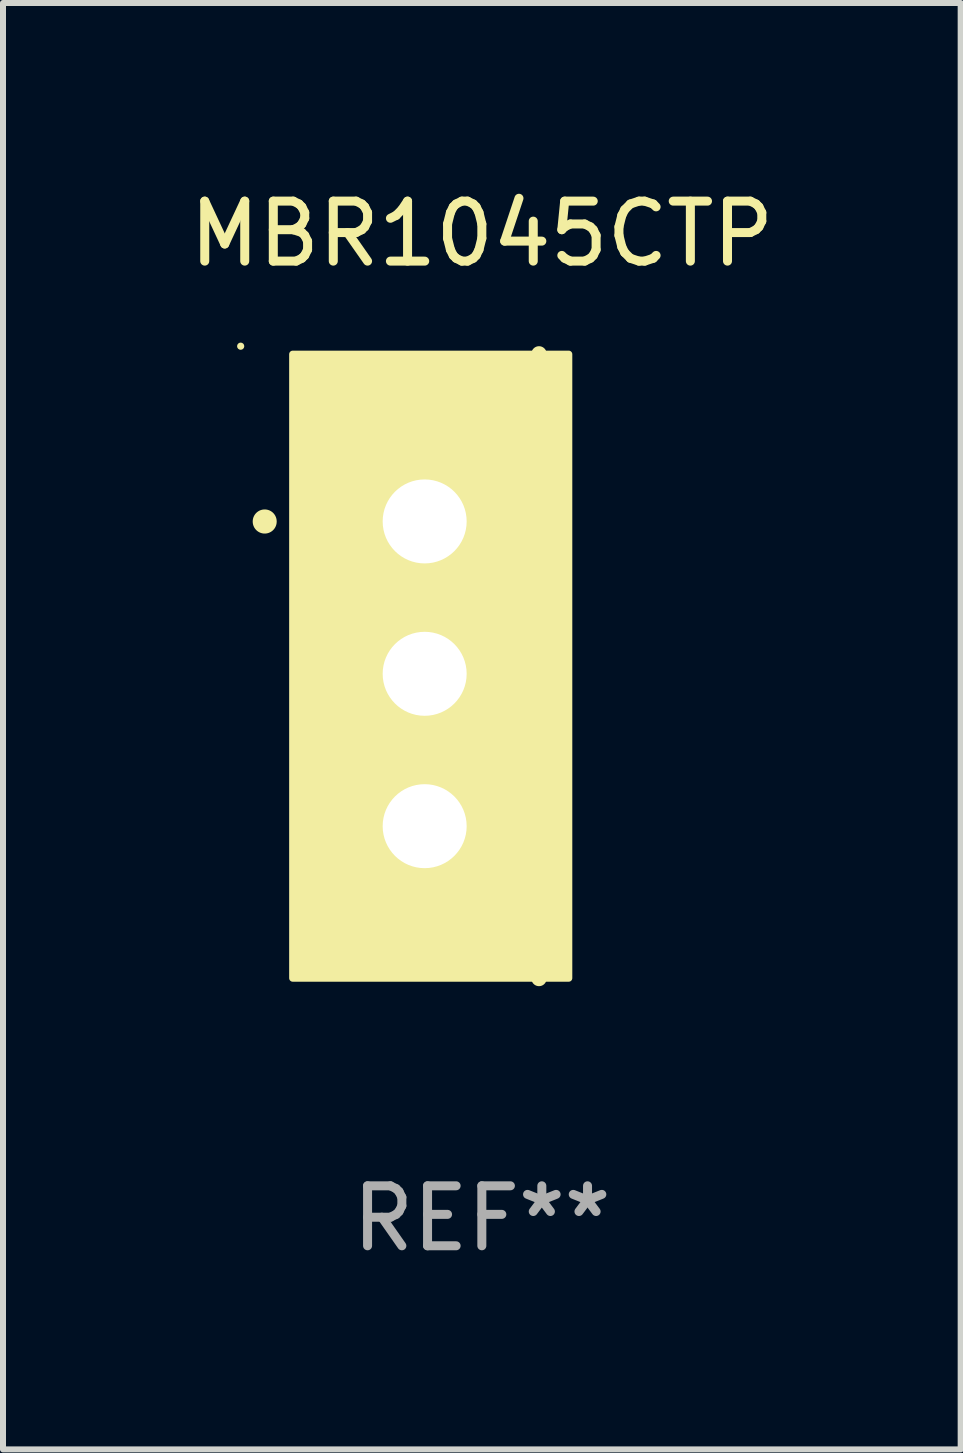
<source format=kicad_pcb>
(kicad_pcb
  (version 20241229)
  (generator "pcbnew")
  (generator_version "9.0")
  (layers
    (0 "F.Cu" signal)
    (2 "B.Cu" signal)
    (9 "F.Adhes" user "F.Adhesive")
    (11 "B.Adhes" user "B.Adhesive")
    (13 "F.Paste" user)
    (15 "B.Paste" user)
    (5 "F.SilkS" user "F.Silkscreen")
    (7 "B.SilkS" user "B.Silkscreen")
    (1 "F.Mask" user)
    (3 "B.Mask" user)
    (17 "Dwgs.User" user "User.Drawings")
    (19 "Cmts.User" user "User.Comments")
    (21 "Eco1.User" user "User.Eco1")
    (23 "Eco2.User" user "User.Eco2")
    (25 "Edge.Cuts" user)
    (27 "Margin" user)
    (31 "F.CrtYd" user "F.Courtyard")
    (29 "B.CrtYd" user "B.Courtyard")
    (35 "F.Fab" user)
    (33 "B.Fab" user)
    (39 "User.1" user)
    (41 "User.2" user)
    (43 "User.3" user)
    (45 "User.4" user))
  (footprint "MBR1045CTP"
    (layer "F.Cu")
    (at 4.982 8.055)
    (property "Reference" "MBR1045CTP" (at 0 -7.207 0) (layer "F.SilkS") (effects (font (size 1 1) (thickness 0.15))))
    (attr through_hole)
    (fp_line (start 0.953 5.207) (end 0.953 -5.207) (stroke (width 0.254) (type solid)) (layer "F.SilkS"))
    (fp_arc (start -3.619507 -2.410465) (mid -3.619511 -2.411735) (end -3.619507 -2.413005) (stroke (width 0.4) (type solid)) (layer "F.SilkS"))
    (fp_circle (center -4.02 -5.334) (end -3.99 -5.334) (stroke (width 0.06) (type solid)) (fill no) (layer "F.SilkS"))
    (fp_poly (pts (xy -3.152 -5.2) (xy 1.448 -5.2) (xy 1.448 5.2) (xy -3.152 5.2)) (stroke (width 0.12) (type solid)) (fill yes) (layer "F.SilkS"))
    (fp_text user "REF**" (at 0 9.207 0) (layer "F.Fab") (effects (font (size 1 1) (thickness 0.15))))
    (pad "1" thru_hole rect (at -0.953 -2.413 270) (size 2 2.5) (drill 1.4) (layers "*.Cu" "*.Mask"))
    (pad "2" thru_hole oval (at -0.953 0.127 270) (size 2 2.5) (drill 1.4) (layers "*.Cu" "*.Mask"))
    (pad "3" thru_hole oval (at -0.953 2.667 270) (size 2 2.5) (drill 1.4) (layers "*.Cu" "*.Mask")))
  (gr_rect
    (start -3 -3)
    (end 12.964 21.111)
    (stroke (width 0.1) (type default))
    (fill no)
    (layer "Edge.Cuts")))
</source>
